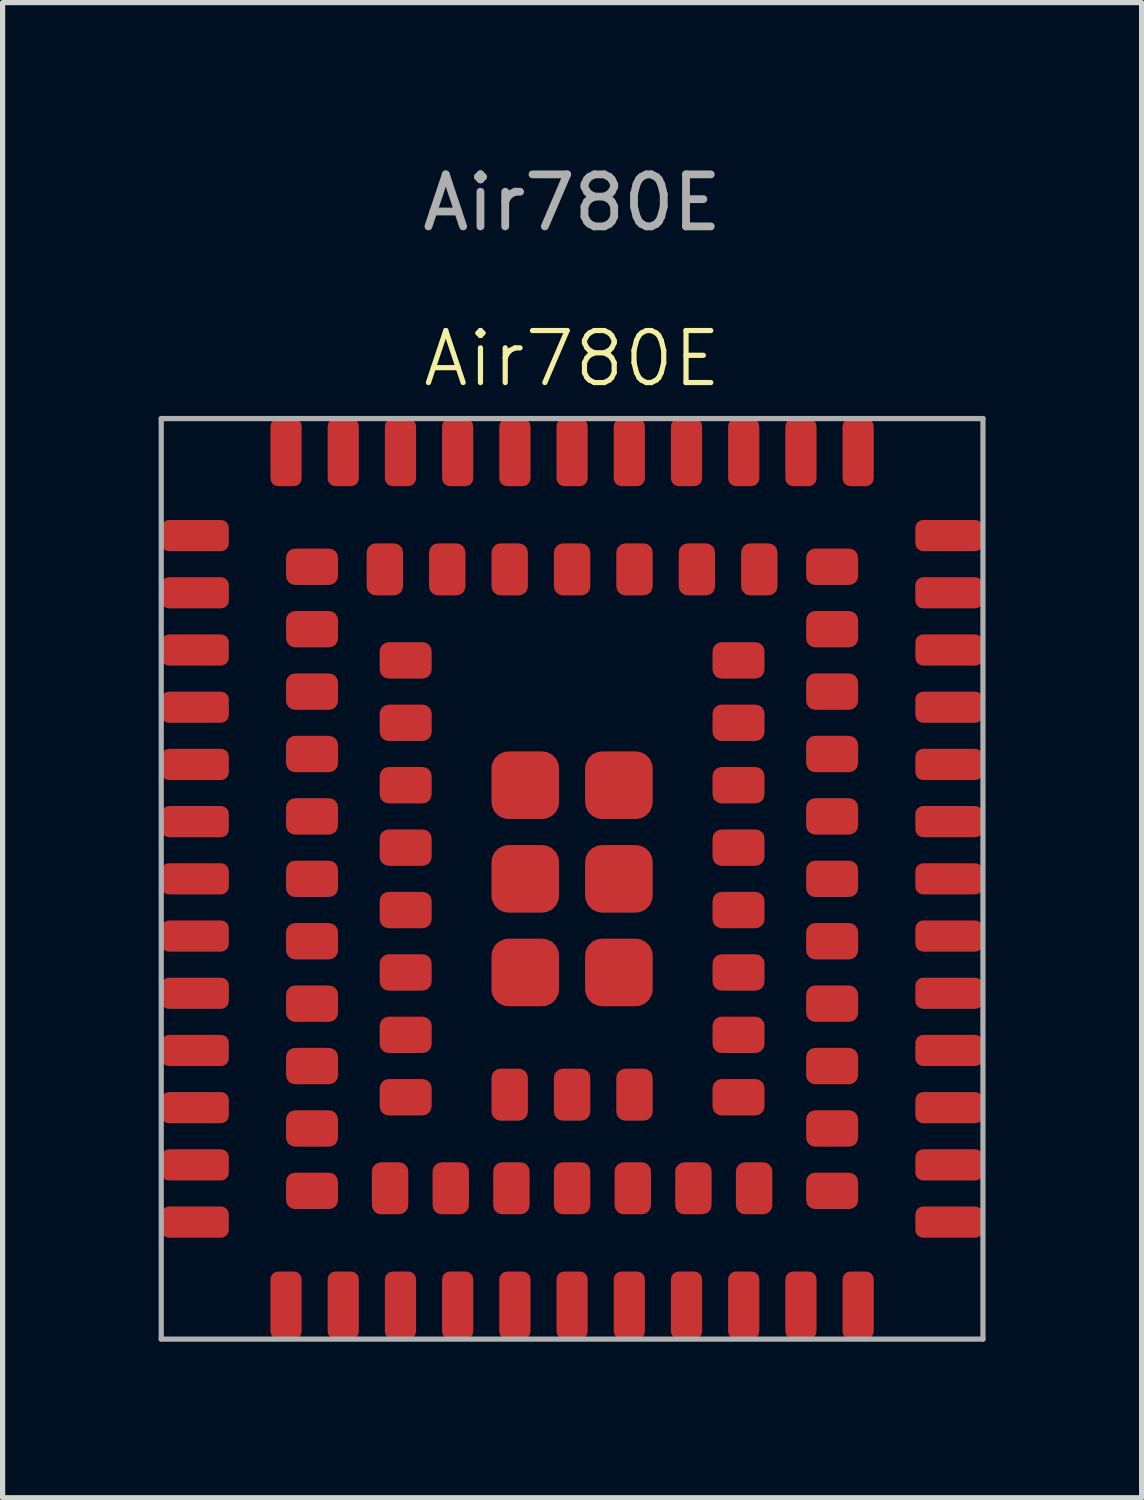
<source format=kicad_pcb>
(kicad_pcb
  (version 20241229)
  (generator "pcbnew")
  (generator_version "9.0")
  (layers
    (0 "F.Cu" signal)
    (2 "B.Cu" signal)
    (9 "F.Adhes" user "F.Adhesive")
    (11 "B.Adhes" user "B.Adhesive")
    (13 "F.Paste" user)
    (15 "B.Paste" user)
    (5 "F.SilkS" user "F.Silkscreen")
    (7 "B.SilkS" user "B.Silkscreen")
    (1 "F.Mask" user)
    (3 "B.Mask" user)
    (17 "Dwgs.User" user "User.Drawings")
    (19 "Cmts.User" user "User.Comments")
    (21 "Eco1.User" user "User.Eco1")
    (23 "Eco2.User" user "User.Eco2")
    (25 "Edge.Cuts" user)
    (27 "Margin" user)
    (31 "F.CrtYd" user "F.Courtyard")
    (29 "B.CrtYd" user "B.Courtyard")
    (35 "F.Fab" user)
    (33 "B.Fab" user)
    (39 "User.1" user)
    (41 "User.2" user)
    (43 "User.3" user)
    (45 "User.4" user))
  (footprint "Air780E"
    (layer "F.Cu")
    (at 7.95 13.848)
    (property "Reference" "Air780E" (at 0 -10 0) (unlocked yes) (layer "F.SilkS") (effects (font (size 1 1) (thickness 0.1))))
    (attr smd)
    (fp_line (start -7.9 -8.85) (end 7.9 -8.85) (stroke (width 0.1) (type default)) (layer "F.Fab"))
    (fp_line (start -7.9 8.85) (end -7.9 -8.85) (stroke (width 0.1) (type default)) (layer "F.Fab"))
    (fp_line (start 7.9 -8.85) (end 7.9 8.85) (stroke (width 0.1) (type default)) (layer "F.Fab"))
    (fp_line (start 7.9 8.85) (end -7.9 8.85) (stroke (width 0.1) (type default)) (layer "F.Fab"))
    (fp_text user "${REFERENCE}" (at 0 -13 0) (unlocked yes) (layer "F.Fab") (effects (font (size 1 1) (thickness 0.15))))
    (pad "1" smd roundrect (at -7.25 -6.6) (size 1.3 0.6) (layers "F.Cu" "F.Mask" "F.Paste") (roundrect_rratio 0.25))
    (pad "2" smd roundrect (at -7.25 -5.5) (size 1.3 0.6) (layers "F.Cu" "F.Mask" "F.Paste") (roundrect_rratio 0.25))
    (pad "3" smd roundrect (at -7.25 -4.4) (size 1.3 0.6) (layers "F.Cu" "F.Mask" "F.Paste") (roundrect_rratio 0.25))
    (pad "4" smd roundrect (at -7.25 -3.3) (size 1.3 0.6) (layers "F.Cu" "F.Mask" "F.Paste") (roundrect_rratio 0.25))
    (pad "5" smd roundrect (at -7.25 -2.2) (size 1.3 0.6) (layers "F.Cu" "F.Mask" "F.Paste") (roundrect_rratio 0.25))
    (pad "6" smd roundrect (at -7.25 -1.1) (size 1.3 0.6) (layers "F.Cu" "F.Mask" "F.Paste") (roundrect_rratio 0.25))
    (pad "7" smd roundrect (at -7.25 0) (size 1.3 0.6) (layers "F.Cu" "F.Mask" "F.Paste") (roundrect_rratio 0.25))
    (pad "8" smd roundrect (at -7.25 1.1) (size 1.3 0.6) (layers "F.Cu" "F.Mask" "F.Paste") (roundrect_rratio 0.25))
    (pad "9" smd roundrect (at -7.25 2.2) (size 1.3 0.6) (layers "F.Cu" "F.Mask" "F.Paste") (roundrect_rratio 0.25))
    (pad "10" smd roundrect (at -7.25 3.3) (size 1.3 0.6) (layers "F.Cu" "F.Mask" "F.Paste") (roundrect_rratio 0.25))
    (pad "11" smd roundrect (at -7.25 4.4) (size 1.3 0.6) (layers "F.Cu" "F.Mask" "F.Paste") (roundrect_rratio 0.25))
    (pad "12" smd roundrect (at -7.25 5.5) (size 1.3 0.6) (layers "F.Cu" "F.Mask" "F.Paste") (roundrect_rratio 0.25))
    (pad "13" smd roundrect (at -7.25 6.6) (size 1.3 0.6) (layers "F.Cu" "F.Mask" "F.Paste") (roundrect_rratio 0.25))
    (pad "14" smd roundrect (at -4.4 8.2 90) (size 1.3 0.6) (layers "F.Cu" "F.Mask" "F.Paste") (roundrect_rratio 0.25))
    (pad "15" smd roundrect (at -3.3 8.2 90) (size 1.3 0.6) (layers "F.Cu" "F.Mask" "F.Paste") (roundrect_rratio 0.25))
    (pad "16" smd roundrect (at -2.2 8.2 90) (size 1.3 0.6) (layers "F.Cu" "F.Mask" "F.Paste") (roundrect_rratio 0.25))
    (pad "17" smd roundrect (at -1.1 8.2 90) (size 1.3 0.6) (layers "F.Cu" "F.Mask" "F.Paste") (roundrect_rratio 0.25))
    (pad "18" smd roundrect (at 0 8.2 90) (size 1.3 0.6) (layers "F.Cu" "F.Mask" "F.Paste") (roundrect_rratio 0.25))
    (pad "19" smd roundrect (at 1.1 8.2 90) (size 1.3 0.6) (layers "F.Cu" "F.Mask" "F.Paste") (roundrect_rratio 0.25))
    (pad "20" smd roundrect (at 2.2 8.2 90) (size 1.3 0.6) (layers "F.Cu" "F.Mask" "F.Paste") (roundrect_rratio 0.25))
    (pad "21" smd roundrect (at 3.3 8.2 90) (size 1.3 0.6) (layers "F.Cu" "F.Mask" "F.Paste") (roundrect_rratio 0.25))
    (pad "22" smd roundrect (at 4.4 8.2 90) (size 1.3 0.6) (layers "F.Cu" "F.Mask" "F.Paste") (roundrect_rratio 0.25))
    (pad "23" smd roundrect (at 7.25 6.6) (size 1.3 0.6) (layers "F.Cu" "F.Mask" "F.Paste") (roundrect_rratio 0.25))
    (pad "24" smd roundrect (at 7.25 5.5) (size 1.3 0.6) (layers "F.Cu" "F.Mask" "F.Paste") (roundrect_rratio 0.25))
    (pad "25" smd roundrect (at 7.25 4.4) (size 1.3 0.6) (layers "F.Cu" "F.Mask" "F.Paste") (roundrect_rratio 0.25))
    (pad "26" smd roundrect (at 7.25 3.3) (size 1.3 0.6) (layers "F.Cu" "F.Mask" "F.Paste") (roundrect_rratio 0.25))
    (pad "27" smd roundrect (at 7.25 2.2) (size 1.3 0.6) (layers "F.Cu" "F.Mask" "F.Paste") (roundrect_rratio 0.25))
    (pad "28" smd roundrect (at 7.25 1.1) (size 1.3 0.6) (layers "F.Cu" "F.Mask" "F.Paste") (roundrect_rratio 0.25))
    (pad "29" smd roundrect (at 7.25 0) (size 1.3 0.6) (layers "F.Cu" "F.Mask" "F.Paste") (roundrect_rratio 0.25))
    (pad "30" smd roundrect (at 7.25 -1.1) (size 1.3 0.6) (layers "F.Cu" "F.Mask" "F.Paste") (roundrect_rratio 0.25))
    (pad "31" smd roundrect (at 7.25 -2.2) (size 1.3 0.6) (layers "F.Cu" "F.Mask" "F.Paste") (roundrect_rratio 0.25))
    (pad "32" smd roundrect (at 7.25 -3.3) (size 1.3 0.6) (layers "F.Cu" "F.Mask" "F.Paste") (roundrect_rratio 0.25))
    (pad "33" smd roundrect (at 7.25 -4.4) (size 1.3 0.6) (layers "F.Cu" "F.Mask" "F.Paste") (roundrect_rratio 0.25))
    (pad "34" smd roundrect (at 7.25 -5.5) (size 1.3 0.6) (layers "F.Cu" "F.Mask" "F.Paste") (roundrect_rratio 0.25))
    (pad "35" smd roundrect (at 7.25 -6.6) (size 1.3 0.6) (layers "F.Cu" "F.Mask" "F.Paste") (roundrect_rratio 0.25))
    (pad "36" smd roundrect (at 4.4 -8.2 90) (size 1.3 0.6) (layers "F.Cu" "F.Mask" "F.Paste") (roundrect_rratio 0.25))
    (pad "37" smd roundrect (at 3.3 -8.2 90) (size 1.3 0.6) (layers "F.Cu" "F.Mask" "F.Paste") (roundrect_rratio 0.25))
    (pad "38" smd roundrect (at 2.2 -8.2 90) (size 1.3 0.6) (layers "F.Cu" "F.Mask" "F.Paste") (roundrect_rratio 0.25))
    (pad "39" smd roundrect (at 1.1 -8.2 90) (size 1.3 0.6) (layers "F.Cu" "F.Mask" "F.Paste") (roundrect_rratio 0.25))
    (pad "40" smd roundrect (at 0 -8.2 90) (size 1.3 0.6) (layers "F.Cu" "F.Mask" "F.Paste") (roundrect_rratio 0.25))
    (pad "41" smd roundrect (at -1.1 -8.2 90) (size 1.3 0.6) (layers "F.Cu" "F.Mask" "F.Paste") (roundrect_rratio 0.25))
    (pad "42" smd roundrect (at -2.2 -8.2 90) (size 1.3 0.6) (layers "F.Cu" "F.Mask" "F.Paste") (roundrect_rratio 0.25))
    (pad "43" smd roundrect (at -3.3 -8.2 90) (size 1.3 0.6) (layers "F.Cu" "F.Mask" "F.Paste") (roundrect_rratio 0.25))
    (pad "44" smd roundrect (at -4.4 -8.2 90) (size 1.3 0.6) (layers "F.Cu" "F.Mask" "F.Paste") (roundrect_rratio 0.25))
    (pad "45" smd roundrect (at -5 -4.8) (size 1 0.7) (layers "F.Cu" "F.Mask" "F.Paste") (roundrect_rratio 0.25))
    (pad "46" smd roundrect (at -5 -3.6) (size 1 0.7) (layers "F.Cu" "F.Mask" "F.Paste") (roundrect_rratio 0.25))
    (pad "47" smd roundrect (at -5 -2.4) (size 1 0.7) (layers "F.Cu" "F.Mask" "F.Paste") (roundrect_rratio 0.25))
    (pad "48" smd roundrect (at -5 -1.2) (size 1 0.7) (layers "F.Cu" "F.Mask" "F.Paste") (roundrect_rratio 0.25))
    (pad "49" smd roundrect (at -5 0) (size 1 0.7) (layers "F.Cu" "F.Mask" "F.Paste") (roundrect_rratio 0.25))
    (pad "50" smd roundrect (at -5 1.2) (size 1 0.7) (layers "F.Cu" "F.Mask" "F.Paste") (roundrect_rratio 0.25))
    (pad "51" smd roundrect (at -5 2.4) (size 1 0.7) (layers "F.Cu" "F.Mask" "F.Paste") (roundrect_rratio 0.25))
    (pad "52" smd roundrect (at -5 3.6) (size 1 0.7) (layers "F.Cu" "F.Mask" "F.Paste") (roundrect_rratio 0.25))
    (pad "53" smd roundrect (at -5 4.8) (size 1 0.7) (layers "F.Cu" "F.Mask" "F.Paste") (roundrect_rratio 0.25))
    (pad "54" smd roundrect (at -2.333 5.95 90) (size 1 0.7) (layers "F.Cu" "F.Mask" "F.Paste") (roundrect_rratio 0.25))
    (pad "55" smd roundrect (at -1.167 5.95 90) (size 1 0.7) (layers "F.Cu" "F.Mask" "F.Paste") (roundrect_rratio 0.25))
    (pad "56" smd roundrect (at -0.000002 5.95 90) (size 1 0.7) (layers "F.Cu" "F.Mask" "F.Paste") (roundrect_rratio 0.25))
    (pad "57" smd roundrect (at 1.167 5.95 90) (size 1 0.7) (layers "F.Cu" "F.Mask" "F.Paste") (roundrect_rratio 0.25))
    (pad "58" smd roundrect (at 2.333 5.95 90) (size 1 0.7) (layers "F.Cu" "F.Mask" "F.Paste") (roundrect_rratio 0.25))
    (pad "59" smd roundrect (at 5 4.8) (size 1 0.7) (layers "F.Cu" "F.Mask" "F.Paste") (roundrect_rratio 0.25))
    (pad "60" smd roundrect (at 5 3.6) (size 1 0.7) (layers "F.Cu" "F.Mask" "F.Paste") (roundrect_rratio 0.25))
    (pad "61" smd roundrect (at 5 2.4) (size 1 0.7) (layers "F.Cu" "F.Mask" "F.Paste") (roundrect_rratio 0.25))
    (pad "62" smd roundrect (at 5 1.2) (size 1 0.7) (layers "F.Cu" "F.Mask" "F.Paste") (roundrect_rratio 0.25))
    (pad "63" smd roundrect (at 5 0) (size 1 0.7) (layers "F.Cu" "F.Mask" "F.Paste") (roundrect_rratio 0.25))
    (pad "64" smd roundrect (at 5 -1.2) (size 1 0.7) (layers "F.Cu" "F.Mask" "F.Paste") (roundrect_rratio 0.25))
    (pad "65" smd roundrect (at 5 -2.4) (size 1 0.7) (layers "F.Cu" "F.Mask" "F.Paste") (roundrect_rratio 0.25))
    (pad "66" smd roundrect (at 5 -3.6) (size 1 0.7) (layers "F.Cu" "F.Mask" "F.Paste") (roundrect_rratio 0.25))
    (pad "67" smd roundrect (at 5 -4.8) (size 1 0.7) (layers "F.Cu" "F.Mask" "F.Paste") (roundrect_rratio 0.25))
    (pad "68" smd roundrect (at 2.4 -5.95 90) (size 1 0.7) (layers "F.Cu" "F.Mask" "F.Paste") (roundrect_rratio 0.25))
    (pad "69" smd roundrect (at 1.2 -5.95 90) (size 1 0.7) (layers "F.Cu" "F.Mask" "F.Paste") (roundrect_rratio 0.25))
    (pad "70" smd roundrect (at 0 -5.95 90) (size 1 0.7) (layers "F.Cu" "F.Mask" "F.Paste") (roundrect_rratio 0.25))
    (pad "71" smd roundrect (at -1.2 -5.95 90) (size 1 0.7) (layers "F.Cu" "F.Mask" "F.Paste") (roundrect_rratio 0.25))
    (pad "72" smd roundrect (at -2.4 -5.95 90) (size 1 0.7) (layers "F.Cu" "F.Mask" "F.Paste") (roundrect_rratio 0.25))
    (pad "73" smd roundrect (at -3.2 -4.2 180) (size 1 0.7) (layers "F.Cu" "F.Mask" "F.Paste") (roundrect_rratio 0.25))
    (pad "74" smd roundrect (at -3.2 -3 180) (size 1 0.7) (layers "F.Cu" "F.Mask" "F.Paste") (roundrect_rratio 0.25))
    (pad "75" smd roundrect (at -3.2 -1.8 180) (size 1 0.7) (layers "F.Cu" "F.Mask" "F.Paste") (roundrect_rratio 0.25))
    (pad "76" smd roundrect (at -3.2 -0.6 180) (size 1 0.7) (layers "F.Cu" "F.Mask" "F.Paste") (roundrect_rratio 0.25))
    (pad "77" smd roundrect (at -3.2 0.6 180) (size 1 0.7) (layers "F.Cu" "F.Mask" "F.Paste") (roundrect_rratio 0.25))
    (pad "78" smd roundrect (at -3.2 1.8 180) (size 1 0.7) (layers "F.Cu" "F.Mask" "F.Paste") (roundrect_rratio 0.25))
    (pad "79" smd roundrect (at -3.2 3 180) (size 1 0.7) (layers "F.Cu" "F.Mask" "F.Paste") (roundrect_rratio 0.25))
    (pad "80" smd roundrect (at -3.2 4.2 180) (size 1 0.7) (layers "F.Cu" "F.Mask" "F.Paste") (roundrect_rratio 0.25))
    (pad "81" smd roundrect (at 3.2 4.2 180) (size 1 0.7) (layers "F.Cu" "F.Mask" "F.Paste") (roundrect_rratio 0.25))
    (pad "82" smd roundrect (at 3.2 3 180) (size 1 0.7) (layers "F.Cu" "F.Mask" "F.Paste") (roundrect_rratio 0.25))
    (pad "83" smd roundrect (at 3.2 1.8 180) (size 1 0.7) (layers "F.Cu" "F.Mask" "F.Paste") (roundrect_rratio 0.25))
    (pad "84" smd roundrect (at 3.2 0.6 180) (size 1 0.7) (layers "F.Cu" "F.Mask" "F.Paste") (roundrect_rratio 0.25))
    (pad "85" smd roundrect (at 3.2 -0.6 180) (size 1 0.7) (layers "F.Cu" "F.Mask" "F.Paste") (roundrect_rratio 0.25))
    (pad "86" smd roundrect (at 3.2 -1.8 180) (size 1 0.7) (layers "F.Cu" "F.Mask" "F.Paste") (roundrect_rratio 0.25))
    (pad "87" smd roundrect (at 3.2 -3 180) (size 1 0.7) (layers "F.Cu" "F.Mask" "F.Paste") (roundrect_rratio 0.25))
    (pad "88" smd roundrect (at 3.2 -4.2 180) (size 1 0.7) (layers "F.Cu" "F.Mask" "F.Paste") (roundrect_rratio 0.25))
    (pad "89" smd roundrect (at -0.9 -1.8) (size 1.3 1.3) (layers "F.Cu" "F.Mask" "F.Paste") (roundrect_rratio 0.25))
    (pad "90" smd roundrect (at -0.9 0) (size 1.3 1.3) (layers "F.Cu" "F.Mask" "F.Paste") (roundrect_rratio 0.25))
    (pad "91" smd roundrect (at -0.9 1.8) (size 1.3 1.3) (layers "F.Cu" "F.Mask" "F.Paste") (roundrect_rratio 0.25))
    (pad "92" smd roundrect (at 0.9 1.8) (size 1.3 1.3) (layers "F.Cu" "F.Mask" "F.Paste") (roundrect_rratio 0.25))
    (pad "93" smd roundrect (at 0.9 0) (size 1.3 1.3) (layers "F.Cu" "F.Mask" "F.Paste") (roundrect_rratio 0.25))
    (pad "94" smd roundrect (at 0.9 -1.8) (size 1.3 1.3) (layers "F.Cu" "F.Mask" "F.Paste") (roundrect_rratio 0.25))
    (pad "95" smd roundrect (at -5.5 8.2 90) (size 1.3 0.6) (layers "F.Cu" "F.Mask" "F.Paste") (roundrect_rratio 0.25))
    (pad "96" smd roundrect (at 5.5 8.2 90) (size 1.3 0.6) (layers "F.Cu" "F.Mask" "F.Paste") (roundrect_rratio 0.25))
    (pad "97" smd roundrect (at 5.5 -8.2 90) (size 1.3 0.6) (layers "F.Cu" "F.Mask" "F.Paste") (roundrect_rratio 0.25))
    (pad "98" smd roundrect (at -5.5 -8.2 90) (size 1.3 0.6) (layers "F.Cu" "F.Mask" "F.Paste") (roundrect_rratio 0.25))
    (pad "99" smd roundrect (at -5 -6 180) (size 1 0.7) (layers "F.Cu" "F.Mask" "F.Paste") (roundrect_rratio 0.25))
    (pad "100" smd roundrect (at -5 6 180) (size 1 0.7) (layers "F.Cu" "F.Mask" "F.Paste") (roundrect_rratio 0.25))
    (pad "101" smd roundrect (at -3.5 5.95 270) (size 1 0.7) (layers "F.Cu" "F.Mask" "F.Paste") (roundrect_rratio 0.25))
    (pad "102" smd roundrect (at 3.5 5.95 270) (size 1 0.7) (layers "F.Cu" "F.Mask" "F.Paste") (roundrect_rratio 0.25))
    (pad "103" smd roundrect (at 5 6) (size 1 0.7) (layers "F.Cu" "F.Mask" "F.Paste") (roundrect_rratio 0.25))
    (pad "104" smd roundrect (at 5 -6) (size 1 0.7) (layers "F.Cu" "F.Mask" "F.Paste") (roundrect_rratio 0.25))
    (pad "105" smd roundrect (at 3.6 -5.95 90) (size 1 0.7) (layers "F.Cu" "F.Mask" "F.Paste") (roundrect_rratio 0.25))
    (pad "106" smd roundrect (at -3.6 -5.95 90) (size 1 0.7) (layers "F.Cu" "F.Mask" "F.Paste") (roundrect_rratio 0.25))
    (pad "107" smd roundrect (at -1.2 4.15 270) (size 1 0.7) (layers "F.Cu" "F.Mask" "F.Paste") (roundrect_rratio 0.25))
    (pad "108" smd roundrect (at 0 4.15 270) (size 1 0.7) (layers "F.Cu" "F.Mask" "F.Paste") (roundrect_rratio 0.25))
    (pad "109" smd roundrect (at 1.2 4.15 270) (size 1 0.7) (layers "F.Cu" "F.Mask" "F.Paste") (roundrect_rratio 0.25)))
  (gr_rect
    (start -3 -3)
    (end 18.9 25.748)
    (stroke (width 0.1) (type default))
    (fill no)
    (layer "Edge.Cuts")))
</source>
